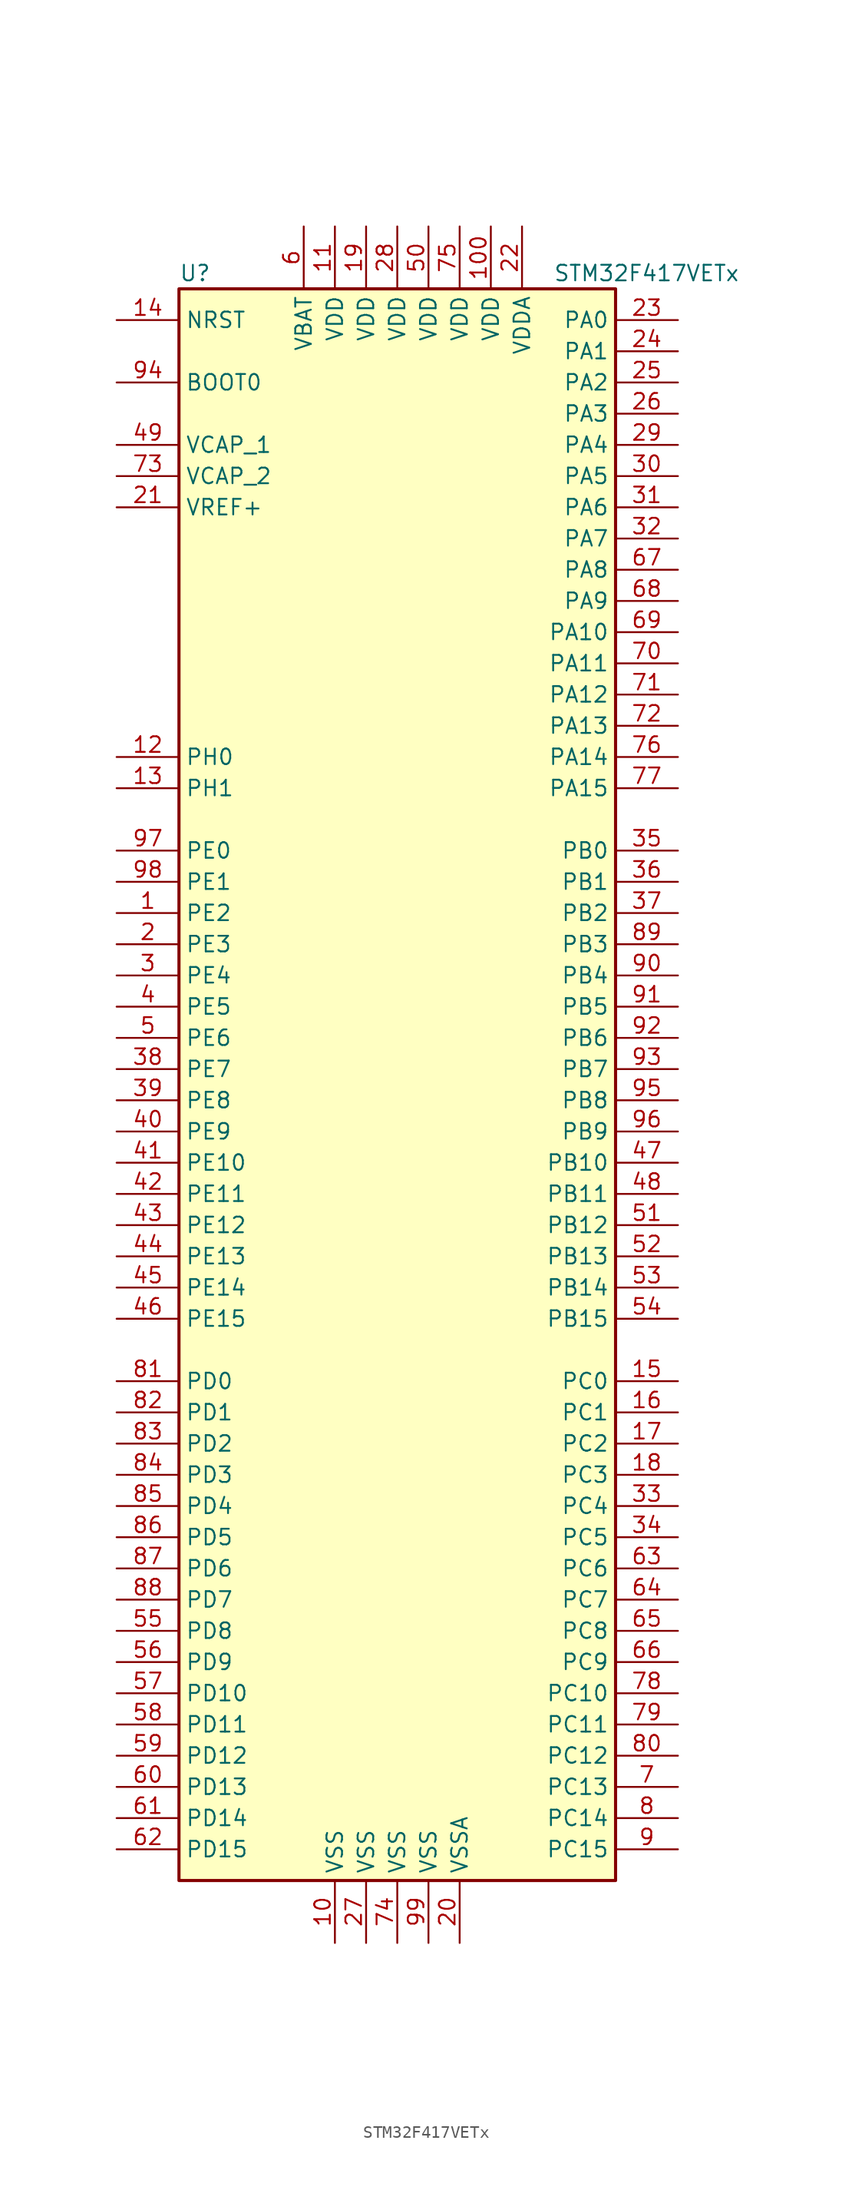
<source format=kicad_sym>
(kicad_symbol_lib
  (version 20211014)
  (generator kicad_symbol_editor)
  (symbol "STM32F417VETx"
    (property "Reference" "U"
      (at -17.78 64.77 0)
      (effects (font (size 1.27 1.27)) (justify left)))
    (property "Value" "STM32F417VETx"
      (at 12.7 64.77 0)
      (effects (font (size 1.27 1.27)) (justify left)))
    (symbol "STM32F417VETx_0_1"
      (rectangle (start -17.78 -66.04) (end 17.78 63.5) (stroke (width 0.254) (type default) (color 0 0 0 0)) (fill (type background))))
    (symbol "STM32F417VETx_1_1"
      (pin bidirectional line (at -22.86 12.7 0) (length 5.08) (name "PE2" (effects (font (size 1.27 1.27)))) (number "1" (effects (font (size 1.27 1.27)))))
      (pin power_in line (at -5.08 -71.12 90) (length 5.08) (name "VSS" (effects (font (size 1.27 1.27)))) (number "10" (effects (font (size 1.27 1.27)))))
      (pin power_in line (at 7.62 68.58 270) (length 5.08) (name "VDD" (effects (font (size 1.27 1.27)))) (number "100" (effects (font (size 1.27 1.27)))))
      (pin power_in line (at -5.08 68.58 270) (length 5.08) (name "VDD" (effects (font (size 1.27 1.27)))) (number "11" (effects (font (size 1.27 1.27)))))
      (pin input line (at -22.86 25.4 0) (length 5.08) (name "PH0" (effects (font (size 1.27 1.27)))) (number "12" (effects (font (size 1.27 1.27)))))
      (pin input line (at -22.86 22.86 0) (length 5.08) (name "PH1" (effects (font (size 1.27 1.27)))) (number "13" (effects (font (size 1.27 1.27)))))
      (pin input line (at -22.86 60.96 0) (length 5.08) (name "NRST" (effects (font (size 1.27 1.27)))) (number "14" (effects (font (size 1.27 1.27)))))
      (pin bidirectional line (at 22.86 -25.4 180) (length 5.08) (name "PC0" (effects (font (size 1.27 1.27)))) (number "15" (effects (font (size 1.27 1.27)))))
      (pin bidirectional line (at 22.86 -27.94 180) (length 5.08) (name "PC1" (effects (font (size 1.27 1.27)))) (number "16" (effects (font (size 1.27 1.27)))))
      (pin bidirectional line (at 22.86 -30.48 180) (length 5.08) (name "PC2" (effects (font (size 1.27 1.27)))) (number "17" (effects (font (size 1.27 1.27)))))
      (pin bidirectional line (at 22.86 -33.02 180) (length 5.08) (name "PC3" (effects (font (size 1.27 1.27)))) (number "18" (effects (font (size 1.27 1.27)))))
      (pin power_in line (at -2.54 68.58 270) (length 5.08) (name "VDD" (effects (font (size 1.27 1.27)))) (number "19" (effects (font (size 1.27 1.27)))))
      (pin bidirectional line (at -22.86 10.16 0) (length 5.08) (name "PE3" (effects (font (size 1.27 1.27)))) (number "2" (effects (font (size 1.27 1.27)))))
      (pin power_in line (at 5.08 -71.12 90) (length 5.08) (name "VSSA" (effects (font (size 1.27 1.27)))) (number "20" (effects (font (size 1.27 1.27)))))
      (pin power_in line (at -22.86 45.72 0) (length 5.08) (name "VREF+" (effects (font (size 1.27 1.27)))) (number "21" (effects (font (size 1.27 1.27)))))
      (pin power_in line (at 10.16 68.58 270) (length 5.08) (name "VDDA" (effects (font (size 1.27 1.27)))) (number "22" (effects (font (size 1.27 1.27)))))
      (pin bidirectional line (at 22.86 60.96 180) (length 5.08) (name "PA0" (effects (font (size 1.27 1.27)))) (number "23" (effects (font (size 1.27 1.27)))))
      (pin bidirectional line (at 22.86 58.42 180) (length 5.08) (name "PA1" (effects (font (size 1.27 1.27)))) (number "24" (effects (font (size 1.27 1.27)))))
      (pin bidirectional line (at 22.86 55.88 180) (length 5.08) (name "PA2" (effects (font (size 1.27 1.27)))) (number "25" (effects (font (size 1.27 1.27)))))
      (pin bidirectional line (at 22.86 53.34 180) (length 5.08) (name "PA3" (effects (font (size 1.27 1.27)))) (number "26" (effects (font (size 1.27 1.27)))))
      (pin power_in line (at -2.54 -71.12 90) (length 5.08) (name "VSS" (effects (font (size 1.27 1.27)))) (number "27" (effects (font (size 1.27 1.27)))))
      (pin power_in line (at 0 68.58 270) (length 5.08) (name "VDD" (effects (font (size 1.27 1.27)))) (number "28" (effects (font (size 1.27 1.27)))))
      (pin bidirectional line (at 22.86 50.8 180) (length 5.08) (name "PA4" (effects (font (size 1.27 1.27)))) (number "29" (effects (font (size 1.27 1.27)))))
      (pin bidirectional line (at -22.86 7.62 0) (length 5.08) (name "PE4" (effects (font (size 1.27 1.27)))) (number "3" (effects (font (size 1.27 1.27)))))
      (pin bidirectional line (at 22.86 48.26 180) (length 5.08) (name "PA5" (effects (font (size 1.27 1.27)))) (number "30" (effects (font (size 1.27 1.27)))))
      (pin bidirectional line (at 22.86 45.72 180) (length 5.08) (name "PA6" (effects (font (size 1.27 1.27)))) (number "31" (effects (font (size 1.27 1.27)))))
      (pin bidirectional line (at 22.86 43.18 180) (length 5.08) (name "PA7" (effects (font (size 1.27 1.27)))) (number "32" (effects (font (size 1.27 1.27)))))
      (pin bidirectional line (at 22.86 -35.56 180) (length 5.08) (name "PC4" (effects (font (size 1.27 1.27)))) (number "33" (effects (font (size 1.27 1.27)))))
      (pin bidirectional line (at 22.86 -38.1 180) (length 5.08) (name "PC5" (effects (font (size 1.27 1.27)))) (number "34" (effects (font (size 1.27 1.27)))))
      (pin bidirectional line (at 22.86 17.78 180) (length 5.08) (name "PB0" (effects (font (size 1.27 1.27)))) (number "35" (effects (font (size 1.27 1.27)))))
      (pin bidirectional line (at 22.86 15.24 180) (length 5.08) (name "PB1" (effects (font (size 1.27 1.27)))) (number "36" (effects (font (size 1.27 1.27)))))
      (pin bidirectional line (at 22.86 12.7 180) (length 5.08) (name "PB2" (effects (font (size 1.27 1.27)))) (number "37" (effects (font (size 1.27 1.27)))))
      (pin bidirectional line (at -22.86 0 0) (length 5.08) (name "PE7" (effects (font (size 1.27 1.27)))) (number "38" (effects (font (size 1.27 1.27)))))
      (pin bidirectional line (at -22.86 -2.54 0) (length 5.08) (name "PE8" (effects (font (size 1.27 1.27)))) (number "39" (effects (font (size 1.27 1.27)))))
      (pin bidirectional line (at -22.86 5.08 0) (length 5.08) (name "PE5" (effects (font (size 1.27 1.27)))) (number "4" (effects (font (size 1.27 1.27)))))
      (pin bidirectional line (at -22.86 -5.08 0) (length 5.08) (name "PE9" (effects (font (size 1.27 1.27)))) (number "40" (effects (font (size 1.27 1.27)))))
      (pin bidirectional line (at -22.86 -7.62 0) (length 5.08) (name "PE10" (effects (font (size 1.27 1.27)))) (number "41" (effects (font (size 1.27 1.27)))))
      (pin bidirectional line (at -22.86 -10.16 0) (length 5.08) (name "PE11" (effects (font (size 1.27 1.27)))) (number "42" (effects (font (size 1.27 1.27)))))
      (pin bidirectional line (at -22.86 -12.7 0) (length 5.08) (name "PE12" (effects (font (size 1.27 1.27)))) (number "43" (effects (font (size 1.27 1.27)))))
      (pin bidirectional line (at -22.86 -15.24 0) (length 5.08) (name "PE13" (effects (font (size 1.27 1.27)))) (number "44" (effects (font (size 1.27 1.27)))))
      (pin bidirectional line (at -22.86 -17.78 0) (length 5.08) (name "PE14" (effects (font (size 1.27 1.27)))) (number "45" (effects (font (size 1.27 1.27)))))
      (pin bidirectional line (at -22.86 -20.32 0) (length 5.08) (name "PE15" (effects (font (size 1.27 1.27)))) (number "46" (effects (font (size 1.27 1.27)))))
      (pin bidirectional line (at 22.86 -7.62 180) (length 5.08) (name "PB10" (effects (font (size 1.27 1.27)))) (number "47" (effects (font (size 1.27 1.27)))))
      (pin bidirectional line (at 22.86 -10.16 180) (length 5.08) (name "PB11" (effects (font (size 1.27 1.27)))) (number "48" (effects (font (size 1.27 1.27)))))
      (pin power_in line (at -22.86 50.8 0) (length 5.08) (name "VCAP_1" (effects (font (size 1.27 1.27)))) (number "49" (effects (font (size 1.27 1.27)))))
      (pin bidirectional line (at -22.86 2.54 0) (length 5.08) (name "PE6" (effects (font (size 1.27 1.27)))) (number "5" (effects (font (size 1.27 1.27)))))
      (pin power_in line (at 2.54 68.58 270) (length 5.08) (name "VDD" (effects (font (size 1.27 1.27)))) (number "50" (effects (font (size 1.27 1.27)))))
      (pin bidirectional line (at 22.86 -12.7 180) (length 5.08) (name "PB12" (effects (font (size 1.27 1.27)))) (number "51" (effects (font (size 1.27 1.27)))))
      (pin bidirectional line (at 22.86 -15.24 180) (length 5.08) (name "PB13" (effects (font (size 1.27 1.27)))) (number "52" (effects (font (size 1.27 1.27)))))
      (pin bidirectional line (at 22.86 -17.78 180) (length 5.08) (name "PB14" (effects (font (size 1.27 1.27)))) (number "53" (effects (font (size 1.27 1.27)))))
      (pin bidirectional line (at 22.86 -20.32 180) (length 5.08) (name "PB15" (effects (font (size 1.27 1.27)))) (number "54" (effects (font (size 1.27 1.27)))))
      (pin bidirectional line (at -22.86 -45.72 0) (length 5.08) (name "PD8" (effects (font (size 1.27 1.27)))) (number "55" (effects (font (size 1.27 1.27)))))
      (pin bidirectional line (at -22.86 -48.26 0) (length 5.08) (name "PD9" (effects (font (size 1.27 1.27)))) (number "56" (effects (font (size 1.27 1.27)))))
      (pin bidirectional line (at -22.86 -50.8 0) (length 5.08) (name "PD10" (effects (font (size 1.27 1.27)))) (number "57" (effects (font (size 1.27 1.27)))))
      (pin bidirectional line (at -22.86 -53.34 0) (length 5.08) (name "PD11" (effects (font (size 1.27 1.27)))) (number "58" (effects (font (size 1.27 1.27)))))
      (pin bidirectional line (at -22.86 -55.88 0) (length 5.08) (name "PD12" (effects (font (size 1.27 1.27)))) (number "59" (effects (font (size 1.27 1.27)))))
      (pin power_in line (at -7.62 68.58 270) (length 5.08) (name "VBAT" (effects (font (size 1.27 1.27)))) (number "6" (effects (font (size 1.27 1.27)))))
      (pin bidirectional line (at -22.86 -58.42 0) (length 5.08) (name "PD13" (effects (font (size 1.27 1.27)))) (number "60" (effects (font (size 1.27 1.27)))))
      (pin bidirectional line (at -22.86 -60.96 0) (length 5.08) (name "PD14" (effects (font (size 1.27 1.27)))) (number "61" (effects (font (size 1.27 1.27)))))
      (pin bidirectional line (at -22.86 -63.5 0) (length 5.08) (name "PD15" (effects (font (size 1.27 1.27)))) (number "62" (effects (font (size 1.27 1.27)))))
      (pin bidirectional line (at 22.86 -40.64 180) (length 5.08) (name "PC6" (effects (font (size 1.27 1.27)))) (number "63" (effects (font (size 1.27 1.27)))))
      (pin bidirectional line (at 22.86 -43.18 180) (length 5.08) (name "PC7" (effects (font (size 1.27 1.27)))) (number "64" (effects (font (size 1.27 1.27)))))
      (pin bidirectional line (at 22.86 -45.72 180) (length 5.08) (name "PC8" (effects (font (size 1.27 1.27)))) (number "65" (effects (font (size 1.27 1.27)))))
      (pin bidirectional line (at 22.86 -48.26 180) (length 5.08) (name "PC9" (effects (font (size 1.27 1.27)))) (number "66" (effects (font (size 1.27 1.27)))))
      (pin bidirectional line (at 22.86 40.64 180) (length 5.08) (name "PA8" (effects (font (size 1.27 1.27)))) (number "67" (effects (font (size 1.27 1.27)))))
      (pin bidirectional line (at 22.86 38.1 180) (length 5.08) (name "PA9" (effects (font (size 1.27 1.27)))) (number "68" (effects (font (size 1.27 1.27)))))
      (pin bidirectional line (at 22.86 35.56 180) (length 5.08) (name "PA10" (effects (font (size 1.27 1.27)))) (number "69" (effects (font (size 1.27 1.27)))))
      (pin bidirectional line (at 22.86 -58.42 180) (length 5.08) (name "PC13" (effects (font (size 1.27 1.27)))) (number "7" (effects (font (size 1.27 1.27)))))
      (pin bidirectional line (at 22.86 33.02 180) (length 5.08) (name "PA11" (effects (font (size 1.27 1.27)))) (number "70" (effects (font (size 1.27 1.27)))))
      (pin bidirectional line (at 22.86 30.48 180) (length 5.08) (name "PA12" (effects (font (size 1.27 1.27)))) (number "71" (effects (font (size 1.27 1.27)))))
      (pin bidirectional line (at 22.86 27.94 180) (length 5.08) (name "PA13" (effects (font (size 1.27 1.27)))) (number "72" (effects (font (size 1.27 1.27)))))
      (pin power_in line (at -22.86 48.26 0) (length 5.08) (name "VCAP_2" (effects (font (size 1.27 1.27)))) (number "73" (effects (font (size 1.27 1.27)))))
      (pin power_in line (at 0 -71.12 90) (length 5.08) (name "VSS" (effects (font (size 1.27 1.27)))) (number "74" (effects (font (size 1.27 1.27)))))
      (pin power_in line (at 5.08 68.58 270) (length 5.08) (name "VDD" (effects (font (size 1.27 1.27)))) (number "75" (effects (font (size 1.27 1.27)))))
      (pin bidirectional line (at 22.86 25.4 180) (length 5.08) (name "PA14" (effects (font (size 1.27 1.27)))) (number "76" (effects (font (size 1.27 1.27)))))
      (pin bidirectional line (at 22.86 22.86 180) (length 5.08) (name "PA15" (effects (font (size 1.27 1.27)))) (number "77" (effects (font (size 1.27 1.27)))))
      (pin bidirectional line (at 22.86 -50.8 180) (length 5.08) (name "PC10" (effects (font (size 1.27 1.27)))) (number "78" (effects (font (size 1.27 1.27)))))
      (pin bidirectional line (at 22.86 -53.34 180) (length 5.08) (name "PC11" (effects (font (size 1.27 1.27)))) (number "79" (effects (font (size 1.27 1.27)))))
      (pin bidirectional line (at 22.86 -60.96 180) (length 5.08) (name "PC14" (effects (font (size 1.27 1.27)))) (number "8" (effects (font (size 1.27 1.27)))))
      (pin bidirectional line (at 22.86 -55.88 180) (length 5.08) (name "PC12" (effects (font (size 1.27 1.27)))) (number "80" (effects (font (size 1.27 1.27)))))
      (pin bidirectional line (at -22.86 -25.4 0) (length 5.08) (name "PD0" (effects (font (size 1.27 1.27)))) (number "81" (effects (font (size 1.27 1.27)))))
      (pin bidirectional line (at -22.86 -27.94 0) (length 5.08) (name "PD1" (effects (font (size 1.27 1.27)))) (number "82" (effects (font (size 1.27 1.27)))))
      (pin bidirectional line (at -22.86 -30.48 0) (length 5.08) (name "PD2" (effects (font (size 1.27 1.27)))) (number "83" (effects (font (size 1.27 1.27)))))
      (pin bidirectional line (at -22.86 -33.02 0) (length 5.08) (name "PD3" (effects (font (size 1.27 1.27)))) (number "84" (effects (font (size 1.27 1.27)))))
      (pin bidirectional line (at -22.86 -35.56 0) (length 5.08) (name "PD4" (effects (font (size 1.27 1.27)))) (number "85" (effects (font (size 1.27 1.27)))))
      (pin bidirectional line (at -22.86 -38.1 0) (length 5.08) (name "PD5" (effects (font (size 1.27 1.27)))) (number "86" (effects (font (size 1.27 1.27)))))
      (pin bidirectional line (at -22.86 -40.64 0) (length 5.08) (name "PD6" (effects (font (size 1.27 1.27)))) (number "87" (effects (font (size 1.27 1.27)))))
      (pin bidirectional line (at -22.86 -43.18 0) (length 5.08) (name "PD7" (effects (font (size 1.27 1.27)))) (number "88" (effects (font (size 1.27 1.27)))))
      (pin bidirectional line (at 22.86 10.16 180) (length 5.08) (name "PB3" (effects (font (size 1.27 1.27)))) (number "89" (effects (font (size 1.27 1.27)))))
      (pin bidirectional line (at 22.86 -63.5 180) (length 5.08) (name "PC15" (effects (font (size 1.27 1.27)))) (number "9" (effects (font (size 1.27 1.27)))))
      (pin bidirectional line (at 22.86 7.62 180) (length 5.08) (name "PB4" (effects (font (size 1.27 1.27)))) (number "90" (effects (font (size 1.27 1.27)))))
      (pin bidirectional line (at 22.86 5.08 180) (length 5.08) (name "PB5" (effects (font (size 1.27 1.27)))) (number "91" (effects (font (size 1.27 1.27)))))
      (pin bidirectional line (at 22.86 2.54 180) (length 5.08) (name "PB6" (effects (font (size 1.27 1.27)))) (number "92" (effects (font (size 1.27 1.27)))))
      (pin bidirectional line (at 22.86 0 180) (length 5.08) (name "PB7" (effects (font (size 1.27 1.27)))) (number "93" (effects (font (size 1.27 1.27)))))
      (pin input line (at -22.86 55.88 0) (length 5.08) (name "BOOT0" (effects (font (size 1.27 1.27)))) (number "94" (effects (font (size 1.27 1.27)))))
      (pin bidirectional line (at 22.86 -2.54 180) (length 5.08) (name "PB8" (effects (font (size 1.27 1.27)))) (number "95" (effects (font (size 1.27 1.27)))))
      (pin bidirectional line (at 22.86 -5.08 180) (length 5.08) (name "PB9" (effects (font (size 1.27 1.27)))) (number "96" (effects (font (size 1.27 1.27)))))
      (pin bidirectional line (at -22.86 17.78 0) (length 5.08) (name "PE0" (effects (font (size 1.27 1.27)))) (number "97" (effects (font (size 1.27 1.27)))))
      (pin bidirectional line (at -22.86 15.24 0) (length 5.08) (name "PE1" (effects (font (size 1.27 1.27)))) (number "98" (effects (font (size 1.27 1.27)))))
      (pin power_in line (at 2.54 -71.12 90) (length 5.08) (name "VSS" (effects (font (size 1.27 1.27)))) (number "99" (effects (font (size 1.27 1.27))))))))
</source>
